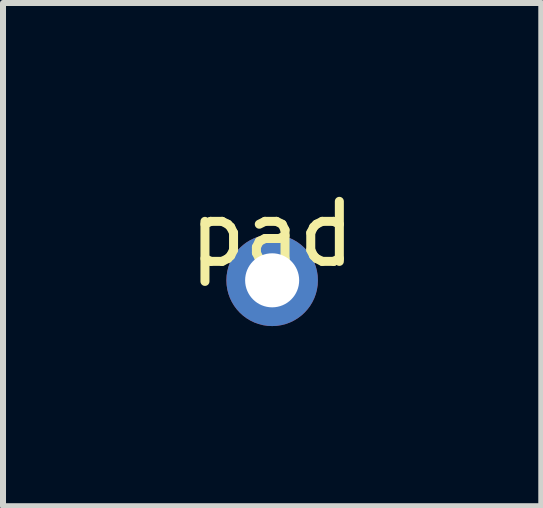
<source format=kicad_pcb>
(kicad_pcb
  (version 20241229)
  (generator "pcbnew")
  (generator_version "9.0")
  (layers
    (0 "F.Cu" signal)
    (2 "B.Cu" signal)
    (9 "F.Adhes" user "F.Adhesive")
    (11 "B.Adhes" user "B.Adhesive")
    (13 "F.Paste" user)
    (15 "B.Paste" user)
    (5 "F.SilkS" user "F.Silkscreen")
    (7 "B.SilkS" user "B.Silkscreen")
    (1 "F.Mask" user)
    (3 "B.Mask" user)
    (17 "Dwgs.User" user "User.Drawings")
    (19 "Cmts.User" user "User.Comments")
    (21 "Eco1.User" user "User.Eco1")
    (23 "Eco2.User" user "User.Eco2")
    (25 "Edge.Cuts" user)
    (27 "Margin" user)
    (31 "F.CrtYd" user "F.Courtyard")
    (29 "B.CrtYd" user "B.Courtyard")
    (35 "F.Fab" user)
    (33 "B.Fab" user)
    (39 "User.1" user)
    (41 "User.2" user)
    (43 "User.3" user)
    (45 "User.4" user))
  (footprint "pad"
    (layer "F.Cu")
    (at 1.482 1.618)
    (property "Reference" "pad" (at 0 -0.77 0) (layer "F.SilkS") (effects (font (size 1 1) (thickness 0.15))))
    (attr through_hole)
    (pad "1" thru_hole circle (at 0 0) (size 1.524 1.524) (drill 0.9) (layers "*.Cu" "*.Mask")))
  (gr_rect
    (start -3 -3)
    (end 5.964 5.38)
    (stroke (width 0.1) (type default))
    (fill no)
    (layer "Edge.Cuts")))
</source>
